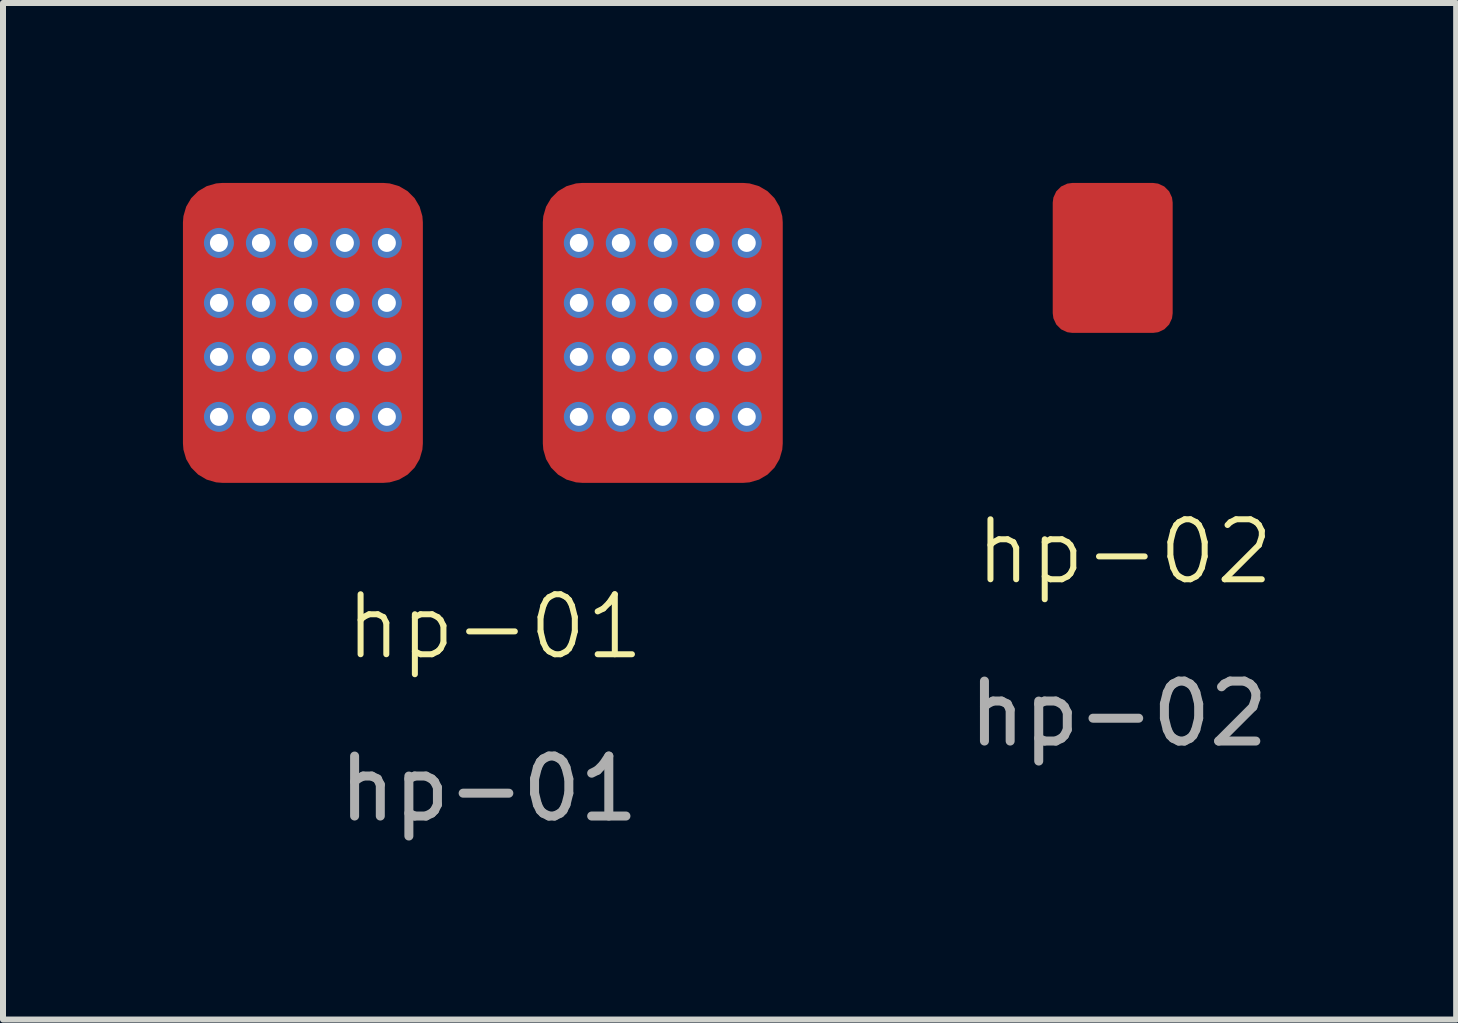
<source format=kicad_pcb>
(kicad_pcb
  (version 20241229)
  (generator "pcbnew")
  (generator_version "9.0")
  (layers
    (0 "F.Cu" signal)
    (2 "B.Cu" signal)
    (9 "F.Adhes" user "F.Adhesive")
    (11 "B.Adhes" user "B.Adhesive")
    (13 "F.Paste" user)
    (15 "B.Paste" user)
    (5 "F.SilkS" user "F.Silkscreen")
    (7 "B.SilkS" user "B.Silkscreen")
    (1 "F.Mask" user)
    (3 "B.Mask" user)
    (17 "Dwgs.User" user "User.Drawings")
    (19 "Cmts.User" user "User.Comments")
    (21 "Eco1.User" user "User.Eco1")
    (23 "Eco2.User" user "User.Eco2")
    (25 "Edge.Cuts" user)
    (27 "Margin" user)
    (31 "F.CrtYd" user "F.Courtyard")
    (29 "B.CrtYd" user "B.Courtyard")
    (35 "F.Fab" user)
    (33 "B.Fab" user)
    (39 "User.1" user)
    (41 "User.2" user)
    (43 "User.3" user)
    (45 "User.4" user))
  (footprint "hp-02"
    (layer "F.Cu")
    (at 15.501 1.25)
    (property "Reference" "hp-02" (at 0.2 4.9 0) (unlocked yes) (layer "F.SilkS") (effects (font (size 1 1) (thickness 0.1))))
    (attr smd)
    (fp_text user "${REFERENCE}" (at 0.1 7.6 0) (unlocked yes) (layer "F.Fab") (effects (font (size 1 1) (thickness 0.15))))
    (pad "1" smd roundrect (at 0 0) (size 2 2.5) (layers "F.Cu" "F.Mask" "F.Paste") (roundrect_rratio 0.164)))
  (footprint "hp-01"
    (layer "F.Cu")
    (at 5 2.5)
    (property "Reference" "hp-01" (at 0.2 4.9 0) (unlocked yes) (layer "F.SilkS") (effects (font (size 1 1) (thickness 0.1))))
    (attr smd)
    (fp_text user "${REFERENCE}" (at 0.1 7.6 0) (unlocked yes) (layer "F.Fab") (effects (font (size 1 1) (thickness 0.15))))
    (pad "1" thru_hole circle (at -4.4 -1.5) (size 0.5 0.5) (drill 0.3) (layers "*.Cu" "*.Mask"))
    (pad "1" thru_hole circle (at -4.4 -0.5) (size 0.5 0.5) (drill 0.3) (layers "*.Cu" "*.Mask"))
    (pad "1" thru_hole circle (at -4.4 0.4) (size 0.5 0.5) (drill 0.3) (layers "*.Cu" "*.Mask"))
    (pad "1" thru_hole circle (at -4.4 1.4) (size 0.5 0.5) (drill 0.3) (layers "*.Cu" "*.Mask"))
    (pad "1" thru_hole circle (at -3.7 -1.5) (size 0.5 0.5) (drill 0.3) (layers "*.Cu" "*.Mask"))
    (pad "1" thru_hole circle (at -3.7 -0.5) (size 0.5 0.5) (drill 0.3) (layers "*.Cu" "*.Mask"))
    (pad "1" thru_hole circle (at -3.7 0.4) (size 0.5 0.5) (drill 0.3) (layers "*.Cu" "*.Mask"))
    (pad "1" thru_hole circle (at -3.7 1.4) (size 0.5 0.5) (drill 0.3) (layers "*.Cu" "*.Mask"))
    (pad "1" thru_hole circle (at -3 -1.5) (size 0.5 0.5) (drill 0.3) (layers "*.Cu" "*.Mask"))
    (pad "1" thru_hole circle (at -3 -0.5) (size 0.5 0.5) (drill 0.3) (layers "*.Cu" "*.Mask"))
    (pad "1" smd roundrect (at -3 0) (size 4 5) (layers "F.Cu" "F.Mask" "F.Paste") (roundrect_rratio 0.164))
    (pad "1" thru_hole circle (at -3 0.4) (size 0.5 0.5) (drill 0.3) (layers "*.Cu" "*.Mask"))
    (pad "1" thru_hole circle (at -3 1.4) (size 0.5 0.5) (drill 0.3) (layers "*.Cu" "*.Mask"))
    (pad "1" thru_hole circle (at -2.3 -1.5) (size 0.5 0.5) (drill 0.3) (layers "*.Cu" "*.Mask"))
    (pad "1" thru_hole circle (at -2.3 -0.5) (size 0.5 0.5) (drill 0.3) (layers "*.Cu" "*.Mask"))
    (pad "1" thru_hole circle (at -2.3 0.4) (size 0.5 0.5) (drill 0.3) (layers "*.Cu" "*.Mask"))
    (pad "1" thru_hole circle (at -2.3 1.4) (size 0.5 0.5) (drill 0.3) (layers "*.Cu" "*.Mask"))
    (pad "1" thru_hole circle (at -1.6 -1.5) (size 0.5 0.5) (drill 0.3) (layers "*.Cu" "*.Mask"))
    (pad "1" thru_hole circle (at -1.6 -0.5) (size 0.5 0.5) (drill 0.3) (layers "*.Cu" "*.Mask"))
    (pad "1" thru_hole circle (at -1.6 0.4) (size 0.5 0.5) (drill 0.3) (layers "*.Cu" "*.Mask"))
    (pad "1" thru_hole circle (at -1.6 1.4) (size 0.5 0.5) (drill 0.3) (layers "*.Cu" "*.Mask"))
    (pad "2" thru_hole circle (at 1.6 -1.5) (size 0.5 0.5) (drill 0.3) (layers "*.Cu" "*.Mask"))
    (pad "2" thru_hole circle (at 1.6 -0.5) (size 0.5 0.5) (drill 0.3) (layers "*.Cu" "*.Mask"))
    (pad "2" thru_hole circle (at 1.6 0.4) (size 0.5 0.5) (drill 0.3) (layers "*.Cu" "*.Mask"))
    (pad "2" thru_hole circle (at 1.6 1.4) (size 0.5 0.5) (drill 0.3) (layers "*.Cu" "*.Mask"))
    (pad "2" thru_hole circle (at 2.3 -1.5) (size 0.5 0.5) (drill 0.3) (layers "*.Cu" "*.Mask"))
    (pad "2" thru_hole circle (at 2.3 -0.5) (size 0.5 0.5) (drill 0.3) (layers "*.Cu" "*.Mask"))
    (pad "2" thru_hole circle (at 2.3 0.4) (size 0.5 0.5) (drill 0.3) (layers "*.Cu" "*.Mask"))
    (pad "2" thru_hole circle (at 2.3 1.4) (size 0.5 0.5) (drill 0.3) (layers "*.Cu" "*.Mask"))
    (pad "2" thru_hole circle (at 3 -1.5) (size 0.5 0.5) (drill 0.3) (layers "*.Cu" "*.Mask"))
    (pad "2" thru_hole circle (at 3 -0.5) (size 0.5 0.5) (drill 0.3) (layers "*.Cu" "*.Mask"))
    (pad "2" smd roundrect (at 3 0) (size 4 5) (layers "F.Cu" "F.Mask" "F.Paste") (roundrect_rratio 0.164))
    (pad "2" thru_hole circle (at 3 0.4) (size 0.5 0.5) (drill 0.3) (layers "*.Cu" "*.Mask"))
    (pad "2" thru_hole circle (at 3 1.4) (size 0.5 0.5) (drill 0.3) (layers "*.Cu" "*.Mask"))
    (pad "2" thru_hole circle (at 3.7 -1.5) (size 0.5 0.5) (drill 0.3) (layers "*.Cu" "*.Mask"))
    (pad "2" thru_hole circle (at 3.7 -0.5) (size 0.5 0.5) (drill 0.3) (layers "*.Cu" "*.Mask"))
    (pad "2" thru_hole circle (at 3.7 0.4) (size 0.5 0.5) (drill 0.3) (layers "*.Cu" "*.Mask"))
    (pad "2" thru_hole circle (at 3.7 1.4) (size 0.5 0.5) (drill 0.3) (layers "*.Cu" "*.Mask"))
    (pad "2" thru_hole circle (at 4.4 -1.5) (size 0.5 0.5) (drill 0.3) (layers "*.Cu" "*.Mask"))
    (pad "2" thru_hole circle (at 4.4 -0.5) (size 0.5 0.5) (drill 0.3) (layers "*.Cu" "*.Mask"))
    (pad "2" thru_hole circle (at 4.4 0.4) (size 0.5 0.5) (drill 0.3) (layers "*.Cu" "*.Mask"))
    (pad "2" thru_hole circle (at 4.4 1.4) (size 0.5 0.5) (drill 0.3) (layers "*.Cu" "*.Mask")))
  (gr_rect
    (start -3 -3)
    (end 21.227 13.948)
    (stroke (width 0.1) (type default))
    (fill no)
    (layer "Edge.Cuts")))
</source>
